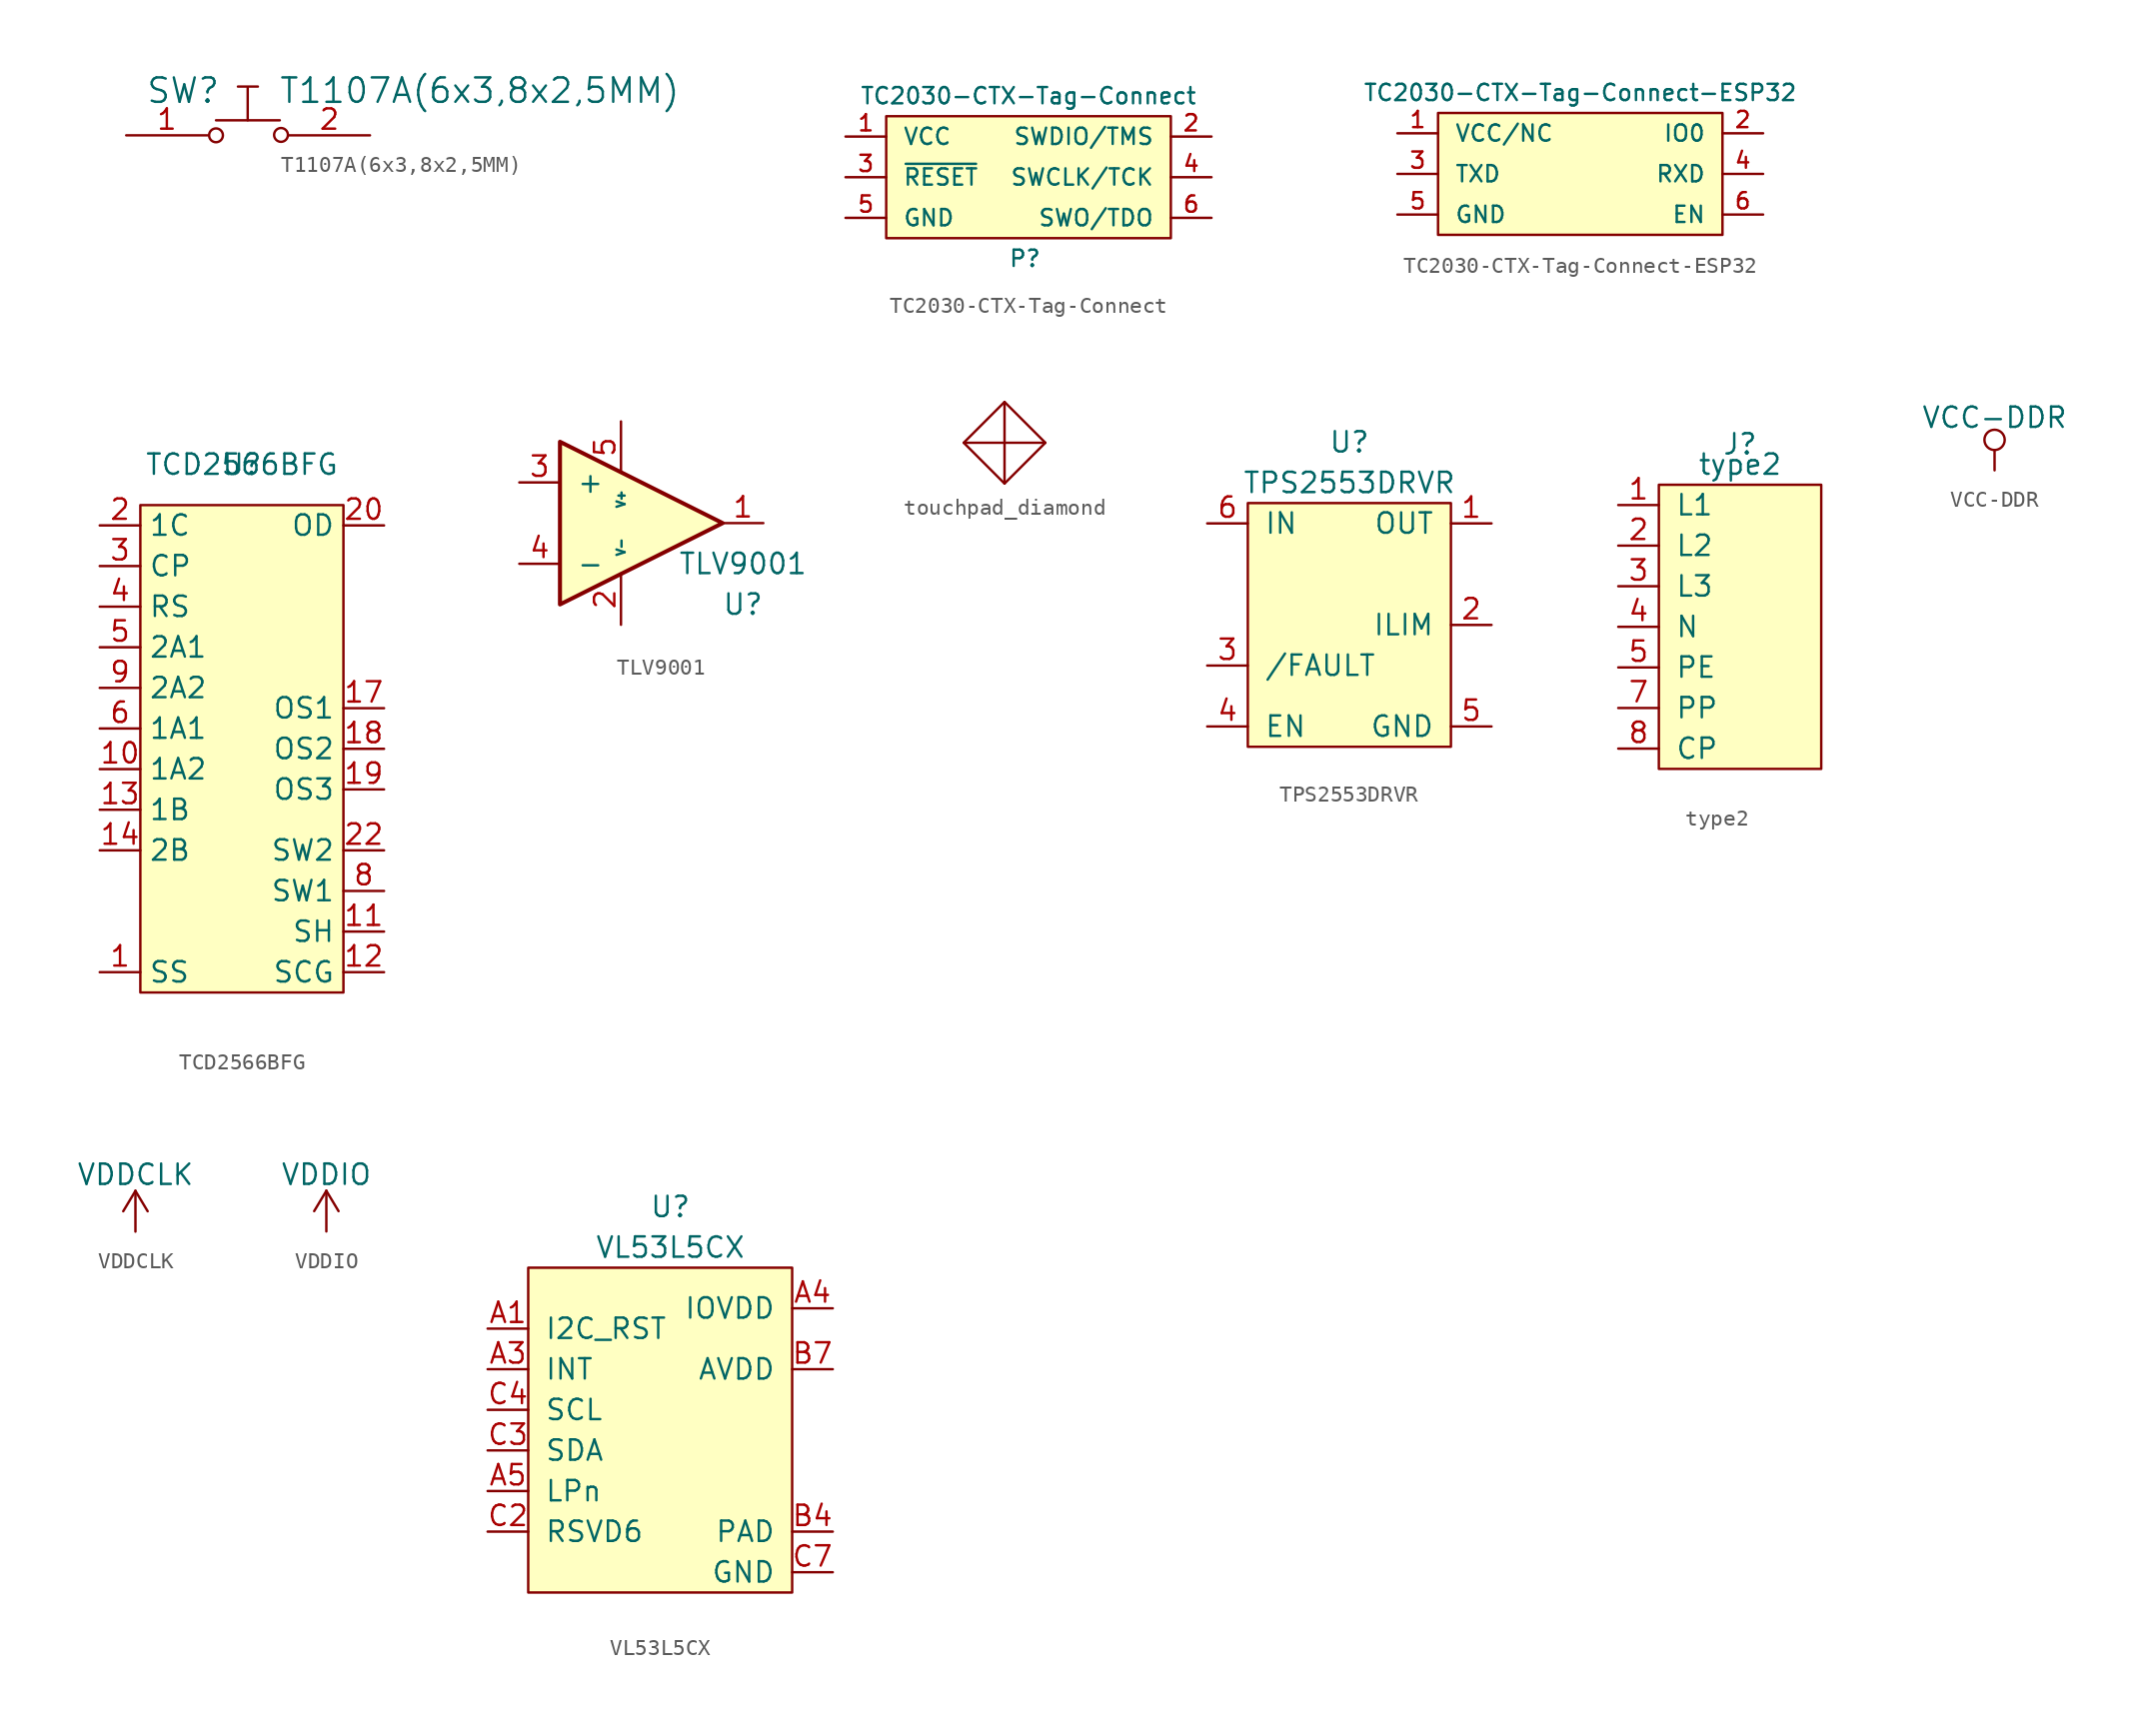
<source format=kicad_sym>
(kicad_symbol_lib
  (version 20211014)
  (generator kicad_symbol_editor)
  (symbol "T1107A(6x3,8x2,5MM)"
    (pin_names
      (offset 1.016))
    (property "Reference" "SW"
      (at -4.064 2.794 0)
      (effects (font (size 1.524 1.524))))
    (property "Value" "T1107A(6x3,8x2,5MM)"
      (at 14.478 2.794 0)
      (effects (font (size 1.524 1.524))))
    (property "Footprint" ""
      (at -0.025 0.965 0)
      (effects (font (size 1.524 1.524))))
    (property "Datasheet" ""
      (at -0.025 0.965 0)
      (effects (font (size 1.524 1.524))))
    (symbol "T1107A(6x3,8x2,5MM)_0_1"
      (circle (center -2.007 0) (radius 0.432) (stroke (width 0) (type default) (color 0 0 0 0)) (fill (type none)))
      (polyline (pts (xy -0.635 3.048) (xy 0.61 3.048)) (stroke (width 0) (type default) (color 0 0 0 0)) (fill (type none)))
      (polyline (pts (xy -0.025 0.94) (xy -2.007 0.94)) (stroke (width 0) (type default) (color 0 0 0 0)) (fill (type none)))
      (polyline (pts (xy -0.025 0.94) (xy 1.981 0.94)) (stroke (width 0) (type default) (color 0 0 0 0)) (fill (type none)))
      (polyline (pts (xy -0.025 1.016) (xy -0.025 2.972)) (stroke (width 0) (type default) (color 0 0 0 0)) (fill (type none)))
      (circle (center 2.057 0.025) (radius 0.432) (stroke (width 0) (type default) (color 0 0 0 0)) (fill (type none))))
    (symbol "T1107A(6x3,8x2,5MM)_1_1"
      (pin passive line (at -7.62 0 0) (length 5.08) (name "~" (effects (font (size 1.27 1.27)))) (number "1" (effects (font (size 1.27 1.27)))))
      (pin passive line (at 7.62 0 180) (length 5.08) (name "~" (effects (font (size 1.27 1.27)))) (number "2" (effects (font (size 1.27 1.27)))))))
  (symbol "TC2030-CTX-Tag-Connect"
    (pin_names
      (offset 1.016))
    (property "Reference" "P"
      (at -1.27 -5.08 0)
      (effects (font (size 1.016 1.016)) (justify left)))
    (property "Value" "TC2030-CTX-Tag-Connect"
      (at 0 5.08 0)
      (effects (font (size 1.016 1.016))))
    (symbol "TC2030-CTX-Tag-Connect_0_1"
      (rectangle (start 8.89 3.81) (end -8.89 -3.81) (stroke (width 0) (type default) (color 0 0 0 0)) (fill (type background))))
    (symbol "TC2030-CTX-Tag-Connect_1_1"
      (pin passive line (at -11.43 2.54 0) (length 2.54) (name "VCC" (effects (font (size 1.016 1.016)))) (number "1" (effects (font (size 1.016 1.016)))))
      (pin passive line (at 11.43 2.54 180) (length 2.54) (name "SWDIO/TMS" (effects (font (size 1.016 1.016)))) (number "2" (effects (font (size 1.016 1.016)))))
      (pin passive line (at -11.43 0 0) (length 2.54) (name "~{RESET}" (effects (font (size 1.016 1.016)))) (number "3" (effects (font (size 1.016 1.016)))))
      (pin passive line (at 11.43 0 180) (length 2.54) (name "SWCLK/TCK" (effects (font (size 1.016 1.016)))) (number "4" (effects (font (size 1.016 1.016)))))
      (pin passive line (at -11.43 -2.54 0) (length 2.54) (name "GND" (effects (font (size 1.016 1.016)))) (number "5" (effects (font (size 1.016 1.016)))))
      (pin passive line (at 11.43 -2.54 180) (length 2.54) (name "SWO/TDO" (effects (font (size 1.016 1.016)))) (number "6" (effects (font (size 1.016 1.016)))))))
  (symbol "TC2030-CTX-Tag-Connect-ESP32"
    (pin_names
      (offset 1.016))
    (property "Reference" "P"
      (at -1.27 -5.08 0)
      (effects (font (size 1.016 1.016)) (justify left) hide))
    (property "Value" "TC2030-CTX-Tag-Connect-ESP32"
      (at 0 5.08 0)
      (effects (font (size 1.016 1.016))))
    (symbol "TC2030-CTX-Tag-Connect-ESP32_0_1"
      (rectangle (start 8.89 3.81) (end -8.89 -3.81) (stroke (width 0) (type default) (color 0 0 0 0)) (fill (type background))))
    (symbol "TC2030-CTX-Tag-Connect-ESP32_1_1"
      (pin passive line (at -11.43 2.54 0) (length 2.54) (name "VCC/NC" (effects (font (size 1.016 1.016)))) (number "1" (effects (font (size 1.016 1.016)))))
      (pin passive line (at 11.43 2.54 180) (length 2.54) (name "IO0" (effects (font (size 1.016 1.016)))) (number "2" (effects (font (size 1.016 1.016)))))
      (pin passive line (at -11.43 0 0) (length 2.54) (name "TXD" (effects (font (size 1.016 1.016)))) (number "3" (effects (font (size 1.016 1.016)))))
      (pin passive line (at 11.43 0 180) (length 2.54) (name "RXD" (effects (font (size 1.016 1.016)))) (number "4" (effects (font (size 1.016 1.016)))))
      (pin passive line (at -11.43 -2.54 0) (length 2.54) (name "GND" (effects (font (size 1.016 1.016)))) (number "5" (effects (font (size 1.016 1.016)))))
      (pin passive line (at 11.43 -2.54 180) (length 2.54) (name "EN" (effects (font (size 1.016 1.016)))) (number "6" (effects (font (size 1.016 1.016)))))))
  (symbol "TCD2566BFG"
    (property "Reference" "U"
      (at 0 17.78 0)
      (effects (font (size 1.27 1.27))))
    (property "Value" "TCD2566BFG"
      (at 0 17.78 0)
      (effects (font (size 1.27 1.27))))
    (symbol "TCD2566BFG_0_1"
      (rectangle (start -6.35 15.24) (end 6.35 -15.24) (stroke (width 0) (type default) (color 0 0 0 0)) (fill (type background))))
    (symbol "TCD2566BFG_1_1"
      (pin input line (at -8.89 -13.97 0) (length 2.54) (name "SS" (effects (font (size 1.27 1.27)))) (number "1" (effects (font (size 1.27 1.27)))))
      (pin input line (at -8.89 -1.27 0) (length 2.54) (name "1A2" (effects (font (size 1.27 1.27)))) (number "10" (effects (font (size 1.27 1.27)))))
      (pin input line (at 8.89 -11.43 180) (length 2.54) (name "SH" (effects (font (size 1.27 1.27)))) (number "11" (effects (font (size 1.27 1.27)))))
      (pin input line (at 8.89 -13.97 180) (length 2.54) (name "SCG" (effects (font (size 1.27 1.27)))) (number "12" (effects (font (size 1.27 1.27)))))
      (pin input line (at -8.89 -3.81 0) (length 2.54) (name "1B" (effects (font (size 1.27 1.27)))) (number "13" (effects (font (size 1.27 1.27)))))
      (pin input line (at -8.89 -6.35 0) (length 2.54) (name "2B" (effects (font (size 1.27 1.27)))) (number "14" (effects (font (size 1.27 1.27)))))
      (pin input line (at -8.89 -13.97 0) (length 2.54) hide (name "NC" (effects (font (size 1.27 1.27)))) (number "15" (effects (font (size 1.27 1.27)))))
      (pin input line (at -8.89 -13.97 0) (length 2.54) hide (name "SS" (effects (font (size 1.27 1.27)))) (number "16" (effects (font (size 1.27 1.27)))))
      (pin input line (at 8.89 2.54 180) (length 2.54) (name "OS1" (effects (font (size 1.27 1.27)))) (number "17" (effects (font (size 1.27 1.27)))))
      (pin input line (at 8.89 0 180) (length 2.54) (name "OS2" (effects (font (size 1.27 1.27)))) (number "18" (effects (font (size 1.27 1.27)))))
      (pin input line (at 8.89 -2.54 180) (length 2.54) (name "OS3" (effects (font (size 1.27 1.27)))) (number "19" (effects (font (size 1.27 1.27)))))
      (pin input line (at -8.89 13.97 0) (length 2.54) (name "1C" (effects (font (size 1.27 1.27)))) (number "2" (effects (font (size 1.27 1.27)))))
      (pin input line (at 8.89 13.97 180) (length 2.54) (name "OD" (effects (font (size 1.27 1.27)))) (number "20" (effects (font (size 1.27 1.27)))))
      (pin input line (at -8.89 -13.97 0) (length 2.54) hide (name "NC" (effects (font (size 1.27 1.27)))) (number "21" (effects (font (size 1.27 1.27)))))
      (pin input line (at 8.89 -6.35 180) (length 2.54) (name "SW2" (effects (font (size 1.27 1.27)))) (number "22" (effects (font (size 1.27 1.27)))))
      (pin input line (at -8.89 11.43 0) (length 2.54) (name "CP" (effects (font (size 1.27 1.27)))) (number "3" (effects (font (size 1.27 1.27)))))
      (pin input line (at -8.89 8.89 0) (length 2.54) (name "RS" (effects (font (size 1.27 1.27)))) (number "4" (effects (font (size 1.27 1.27)))))
      (pin input line (at -8.89 6.35 0) (length 2.54) (name "2A1" (effects (font (size 1.27 1.27)))) (number "5" (effects (font (size 1.27 1.27)))))
      (pin input line (at -8.89 1.27 0) (length 2.54) (name "1A1" (effects (font (size 1.27 1.27)))) (number "6" (effects (font (size 1.27 1.27)))))
      (pin input line (at -8.89 -13.97 0) (length 2.54) hide (name "NC" (effects (font (size 1.27 1.27)))) (number "7" (effects (font (size 1.27 1.27)))))
      (pin input line (at 8.89 -8.89 180) (length 2.54) (name "SW1" (effects (font (size 1.27 1.27)))) (number "8" (effects (font (size 1.27 1.27)))))
      (pin input line (at -8.89 3.81 0) (length 2.54) (name "2A2" (effects (font (size 1.27 1.27)))) (number "9" (effects (font (size 1.27 1.27)))))))
  (symbol "TLV9001"
    (pin_names
      (offset 1.016))
    (property "Reference" "U"
      (at 7.62 -5.08 0)
      (effects (font (size 1.27 1.27))))
    (property "Value" "TLV9001"
      (at 7.62 -2.54 0)
      (effects (font (size 1.27 1.27))))
    (symbol "TLV9001_1_1"
      (polyline (pts (xy -3.81 5.08) (xy 6.35 0) (xy -3.81 -5.08) (xy -3.81 5.08)) (stroke (width 0.254) (type default) (color 0 0 0 0)) (fill (type background)))
      (pin output line (at 8.89 0 180) (length 2.54) (name "~" (effects (font (size 1.27 1.27)))) (number "1" (effects (font (size 1.27 1.27)))))
      (pin input line (at 0 -6.35 90) (length 3.2) (name "V-" (effects (font (size 0.508 0.508)))) (number "2" (effects (font (size 1.27 1.27)))))
      (pin input line (at -6.35 2.54 0) (length 2.54) (name "+" (effects (font (size 1.27 1.27)))) (number "3" (effects (font (size 1.27 1.27)))))
      (pin input line (at -6.35 -2.54 0) (length 2.54) (name "-" (effects (font (size 1.27 1.27)))) (number "4" (effects (font (size 1.27 1.27)))))
      (pin input line (at 0 6.35 270) (length 3.2) (name "V+" (effects (font (size 0.508 0.508)))) (number "5" (effects (font (size 1.27 1.27)))))))
  (symbol "touchpad_diamond"
    (pin_names
      (offset 1.016))
    (property "Reference" "p"
      (at 0 2.54 0)
      (effects (font (size 1.27 1.27)) hide))
    (symbol "touchpad_diamond_0_1"
      (polyline (pts (xy 0 0) (xy -2.54 0)) (stroke (width 0) (type default) (color 0 0 0 0)) (fill (type none)))
      (polyline (pts (xy 0 0) (xy 2.54 0)) (stroke (width 0) (type default) (color 0 0 0 0)) (fill (type none)))
      (polyline (pts (xy 0 2.54) (xy 0 -2.54)) (stroke (width 0) (type default) (color 0 0 0 0)) (fill (type none)))
      (polyline (pts (xy -2.54 0) (xy 0 2.54) (xy 2.54 0) (xy 0 -2.54) (xy -2.54 0)) (stroke (width 0) (type default) (color 0 0 0 0)) (fill (type none))))
    (symbol "touchpad_diamond_1_1"
      (pin input line (at 0 0 180) (length 2.54) hide (name "~" (effects (font (size 1.27 1.27)))) (number "1" (effects (font (size 1.27 1.27)))))))
  (symbol "TPS2553DRVR"
    (pin_names
      (offset 1.016))
    (property "Reference" "U"
      (at 0 12.7 0)
      (effects (font (size 1.27 1.27))))
    (property "Value" "TPS2553DRVR"
      (at 0 10.16 0)
      (effects (font (size 1.27 1.27))))
    (symbol "TPS2553DRVR_0_1"
      (rectangle (start -6.35 8.89) (end 6.35 -6.35) (stroke (width 0) (type default) (color 0 0 0 0)) (fill (type background))))
    (symbol "TPS2553DRVR_1_1"
      (pin input line (at 8.89 7.62 180) (length 2.54) (name "OUT" (effects (font (size 1.27 1.27)))) (number "1" (effects (font (size 1.27 1.27)))))
      (pin input line (at 8.89 1.27 180) (length 2.54) (name "ILIM" (effects (font (size 1.27 1.27)))) (number "2" (effects (font (size 1.27 1.27)))))
      (pin input line (at -8.89 -1.27 0) (length 2.54) (name "/FAULT" (effects (font (size 1.27 1.27)))) (number "3" (effects (font (size 1.27 1.27)))))
      (pin input line (at -8.89 -5.08 0) (length 2.54) (name "EN" (effects (font (size 1.27 1.27)))) (number "4" (effects (font (size 1.27 1.27)))))
      (pin input line (at 8.89 -5.08 180) (length 2.54) (name "GND" (effects (font (size 1.27 1.27)))) (number "5" (effects (font (size 1.27 1.27)))))
      (pin input line (at -8.89 7.62 0) (length 2.54) (name "IN" (effects (font (size 1.27 1.27)))) (number "6" (effects (font (size 1.27 1.27)))))
      (pin input line (at 8.89 -5.08 180) (length 2.54) hide (name "EP" (effects (font (size 1.27 1.27)))) (number "7" (effects (font (size 1.27 1.27)))))))
  (symbol "type2"
    (pin_names
      (offset 1.016))
    (property "Reference" "J"
      (at 0 11.43 0)
      (effects (font (size 1.27 1.27))))
    (property "Value" "type2"
      (at 0 10.16 0)
      (effects (font (size 1.27 1.27))))
    (symbol "type2_0_1"
      (rectangle (start -5.08 8.89) (end 5.08 -8.89) (stroke (width 0) (type default) (color 0 0 0 0)) (fill (type background))))
    (symbol "type2_1_1"
      (pin input line (at -7.62 7.62 0) (length 2.54) (name "L1" (effects (font (size 1.27 1.27)))) (number "1" (effects (font (size 1.27 1.27)))))
      (pin input line (at -7.62 5.08 0) (length 2.54) (name "L2" (effects (font (size 1.27 1.27)))) (number "2" (effects (font (size 1.27 1.27)))))
      (pin input line (at -7.62 2.54 0) (length 2.54) (name "L3" (effects (font (size 1.27 1.27)))) (number "3" (effects (font (size 1.27 1.27)))))
      (pin input line (at -7.62 0 0) (length 2.54) (name "N" (effects (font (size 1.27 1.27)))) (number "4" (effects (font (size 1.27 1.27)))))
      (pin input line (at -7.62 -2.54 0) (length 2.54) (name "PE" (effects (font (size 1.27 1.27)))) (number "5" (effects (font (size 1.27 1.27)))))
      (pin input line (at -7.62 -5.08 0) (length 2.54) (name "PP" (effects (font (size 1.27 1.27)))) (number "7" (effects (font (size 1.27 1.27)))))
      (pin input line (at -7.62 -7.62 0) (length 2.54) (name "CP" (effects (font (size 1.27 1.27)))) (number "8" (effects (font (size 1.27 1.27)))))))
  (symbol "VCC-DDR"
    (power)
    (pin_names
      (offset 0))
    (property "Reference" "#PWR"
      (at 0 -3.81 0)
      (effects (font (size 1.27 1.27)) hide))
    (property "Value" "VCC-DDR"
      (at 0 3.302 0)
      (effects (font (size 1.27 1.27))))
    (property "Footprint" ""
      (at 0 0 0)
      (effects (font (size 1.524 1.524))))
    (property "Datasheet" ""
      (at 0 0 0)
      (effects (font (size 1.524 1.524))))
    (symbol "VCC-DDR_0_1"
      (polyline (pts (xy 0 0) (xy 0 1.27)) (stroke (width 0) (type default) (color 0 0 0 0)) (fill (type none)))
      (circle (center 0 1.905) (radius 0.635) (stroke (width 0) (type default) (color 0 0 0 0)) (fill (type none))))
    (symbol "VCC-DDR_1_1"
      (pin power_in line (at 0 0 90) (length 0) hide (name "VCC-DDR" (effects (font (size 1.27 1.27)))) (number "1" (effects (font (size 1.27 1.27)))))))
  (symbol "VDDCLK"
    (power)
    (pin_names
      (offset 0))
    (property "Reference" "#PWR"
      (at 0 -3.81 0)
      (effects (font (size 1.27 1.27)) hide))
    (property "Value" "VDDCLK"
      (at 0 3.556 0)
      (effects (font (size 1.27 1.27))))
    (symbol "VDDCLK_0_1"
      (polyline (pts (xy -0.762 1.27) (xy 0 2.54)) (stroke (width 0) (type default) (color 0 0 0 0)) (fill (type none)))
      (polyline (pts (xy 0 0) (xy 0 2.54)) (stroke (width 0) (type default) (color 0 0 0 0)) (fill (type none)))
      (polyline (pts (xy 0 2.54) (xy 0.762 1.27)) (stroke (width 0) (type default) (color 0 0 0 0)) (fill (type none))))
    (symbol "VDDCLK_1_1"
      (pin power_in line (at 0 0 90) (length 0) hide (name "+1V2" (effects (font (size 1.27 1.27)))) (number "1" (effects (font (size 1.27 1.27)))))))
  (symbol "VDDIO"
    (power)
    (pin_names
      (offset 0))
    (property "Reference" "#PWR"
      (at 0 -3.81 0)
      (effects (font (size 1.27 1.27)) hide))
    (property "Value" "VDDIO"
      (at 0 3.556 0)
      (effects (font (size 1.27 1.27))))
    (symbol "VDDIO_0_1"
      (polyline (pts (xy -0.762 1.27) (xy 0 2.54)) (stroke (width 0) (type default) (color 0 0 0 0)) (fill (type none)))
      (polyline (pts (xy 0 0) (xy 0 2.54)) (stroke (width 0) (type default) (color 0 0 0 0)) (fill (type none)))
      (polyline (pts (xy 0 2.54) (xy 0.762 1.27)) (stroke (width 0) (type default) (color 0 0 0 0)) (fill (type none))))
    (symbol "VDDIO_1_1"
      (pin power_in line (at 0 0 90) (length 0) hide (name "+1V2" (effects (font (size 1.27 1.27)))) (number "1" (effects (font (size 1.27 1.27)))))))
  (symbol "VL53L5CX"
    (pin_names
      (offset 1.016))
    (property "Reference" "U"
      (at 0 13.97 0)
      (effects (font (size 1.27 1.27))))
    (property "Value" "VL53L5CX"
      (at 0 11.43 0)
      (effects (font (size 1.27 1.27))))
    (symbol "VL53L5CX_0_1"
      (rectangle (start -8.89 10.16) (end 7.62 -10.16) (stroke (width 0) (type default) (color 0 0 0 0)) (fill (type background))))
    (symbol "VL53L5CX_1_1"
      (pin input line (at -11.43 6.35 0) (length 2.54) (name "I2C_RST" (effects (font (size 1.27 1.27)))) (number "A1" (effects (font (size 1.27 1.27)))))
      (pin input line (at 10.16 -8.89 180) (length 2.54) hide (name "GND" (effects (font (size 1.27 1.27)))) (number "A2" (effects (font (size 1.27 1.27)))))
      (pin input line (at -11.43 3.81 0) (length 2.54) (name "INT" (effects (font (size 1.27 1.27)))) (number "A3" (effects (font (size 1.27 1.27)))))
      (pin input line (at 10.16 7.62 180) (length 2.54) (name "IOVDD" (effects (font (size 1.27 1.27)))) (number "A4" (effects (font (size 1.27 1.27)))))
      (pin input line (at -11.43 -3.81 0) (length 2.54) (name "LPn" (effects (font (size 1.27 1.27)))) (number "A5" (effects (font (size 1.27 1.27)))))
      (pin input line (at 10.16 -8.89 180) (length 2.54) hide (name "GND" (effects (font (size 1.27 1.27)))) (number "A6" (effects (font (size 1.27 1.27)))))
      (pin input line (at 10.16 -8.89 180) (length 2.54) hide (name "GND" (effects (font (size 1.27 1.27)))) (number "A7" (effects (font (size 1.27 1.27)))))
      (pin input line (at 10.16 3.81 180) (length 2.54) hide (name "AVDD" (effects (font (size 1.27 1.27)))) (number "B1" (effects (font (size 1.27 1.27)))))
      (pin input line (at 10.16 -6.35 180) (length 2.54) (name "PAD" (effects (font (size 1.27 1.27)))) (number "B4" (effects (font (size 1.27 1.27)))))
      (pin input line (at 10.16 3.81 180) (length 2.54) (name "AVDD" (effects (font (size 1.27 1.27)))) (number "B7" (effects (font (size 1.27 1.27)))))
      (pin input line (at 10.16 -8.89 180) (length 2.54) hide (name "GND" (effects (font (size 1.27 1.27)))) (number "C1" (effects (font (size 1.27 1.27)))))
      (pin input line (at -11.43 -6.35 0) (length 2.54) (name "RSVD6" (effects (font (size 1.27 1.27)))) (number "C2" (effects (font (size 1.27 1.27)))))
      (pin input line (at -11.43 -1.27 0) (length 2.54) (name "SDA" (effects (font (size 1.27 1.27)))) (number "C3" (effects (font (size 1.27 1.27)))))
      (pin input line (at -11.43 1.27 0) (length 2.54) (name "SCL" (effects (font (size 1.27 1.27)))) (number "C4" (effects (font (size 1.27 1.27)))))
      (pin no_connect line (at 10.16 -2.54 180) (length 2.54) hide (name "RSVD5" (effects (font (size 1.27 1.27)))) (number "C5" (effects (font (size 1.27 1.27)))))
      (pin input line (at 10.16 -8.89 180) (length 2.54) hide (name "GND" (effects (font (size 1.27 1.27)))) (number "C6" (effects (font (size 1.27 1.27)))))
      (pin input line (at 10.16 -8.89 180) (length 2.54) (name "GND" (effects (font (size 1.27 1.27)))) (number "C7" (effects (font (size 1.27 1.27))))))))
</source>
